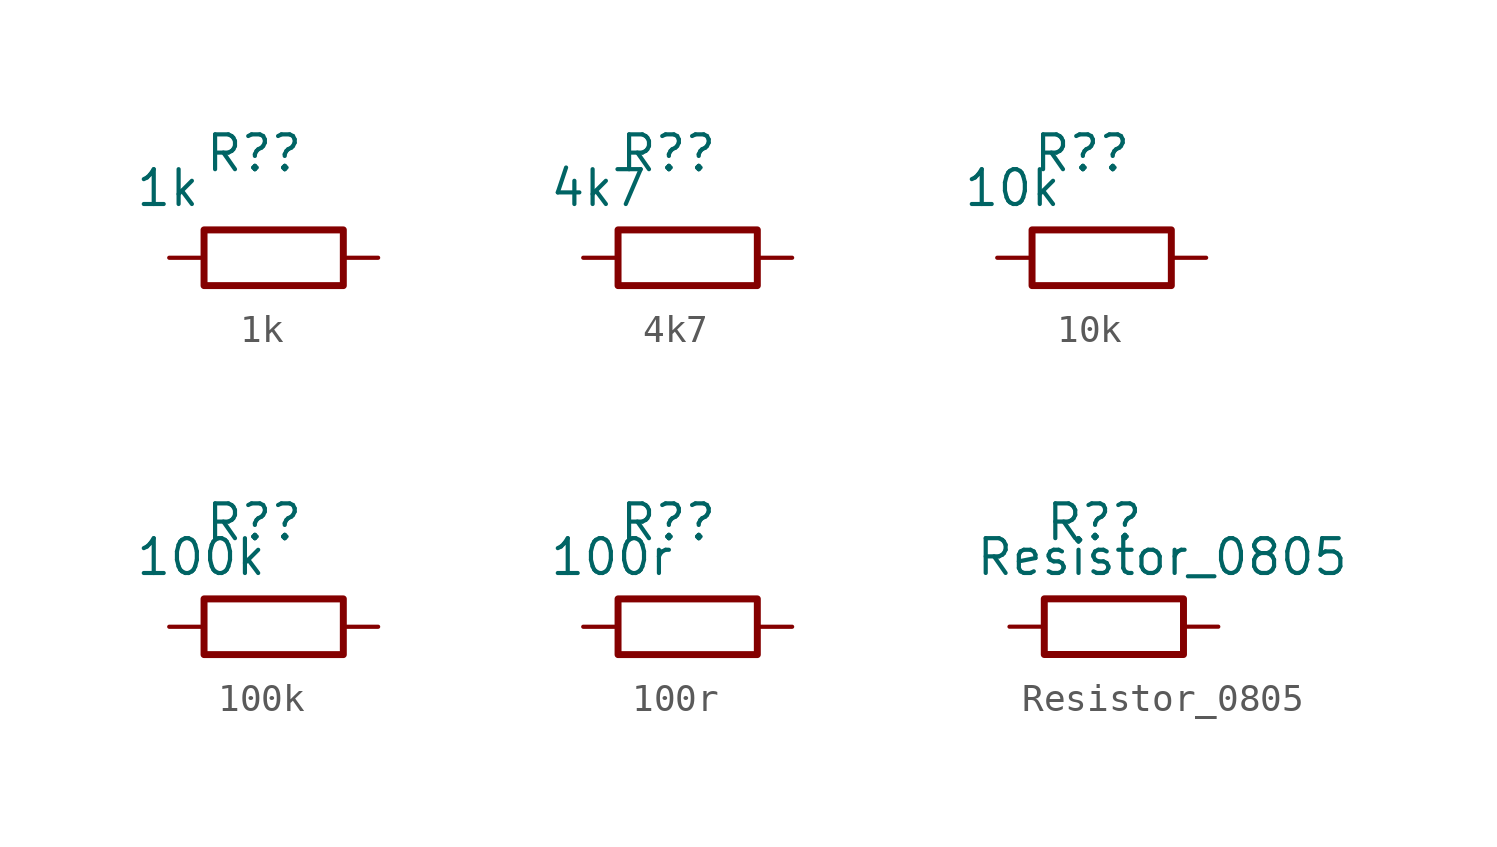
<source format=kicad_sym>
(kicad_symbol_lib
  (version 20220914)
  (generator kicad_symbol_editor)
  (symbol "1k"
    (pin_numbers hide)
    (pin_names
      (offset 0))
    (property "Reference" "R?"
      (at -2.54 3.81 0)
      (effects (font (size 1.27 1.27)) (justify left)))
    (property "Value" "1k"
      (at -5.08 2.54 0)
      (effects (font (size 1.27 1.27)) (justify left)))
    (symbol "1k_0_1"
      (rectangle (start 2.54 -1.016) (end -2.54 1.016) (stroke (width 0.254) (type default)) (fill (type none))))
    (symbol "1k_1_1"
      (pin passive line (at -3.81 0 0) (length 1.27) (name "~" (effects (font (size 1.27 1.27)))) (number "1" (effects (font (size 1.27 1.27)))))
      (pin passive line (at 3.81 0 180) (length 1.27) (name "~" (effects (font (size 1.27 1.27)))) (number "2" (effects (font (size 1.27 1.27)))))))
  (symbol "4k7"
    (pin_numbers hide)
    (pin_names
      (offset 0))
    (property "Reference" "R?"
      (at -2.54 3.81 0)
      (effects (font (size 1.27 1.27)) (justify left)))
    (property "Value" "4k7"
      (at -5.08 2.54 0)
      (effects (font (size 1.27 1.27)) (justify left)))
    (symbol "4k7_0_1"
      (rectangle (start 2.54 -1.016) (end -2.54 1.016) (stroke (width 0.254) (type default)) (fill (type none))))
    (symbol "4k7_1_1"
      (pin passive line (at -3.81 0 0) (length 1.27) (name "~" (effects (font (size 1.27 1.27)))) (number "1" (effects (font (size 1.27 1.27)))))
      (pin passive line (at 3.81 0 180) (length 1.27) (name "~" (effects (font (size 1.27 1.27)))) (number "2" (effects (font (size 1.27 1.27)))))))
  (symbol "10k"
    (pin_numbers hide)
    (pin_names
      (offset 0))
    (property "Reference" "R?"
      (at -2.54 3.81 0)
      (effects (font (size 1.27 1.27)) (justify left)))
    (property "Value" "10k"
      (at -5.08 2.54 0)
      (effects (font (size 1.27 1.27)) (justify left)))
    (symbol "10k_0_1"
      (rectangle (start 2.54 -1.016) (end -2.54 1.016) (stroke (width 0.254) (type default)) (fill (type none))))
    (symbol "10k_1_1"
      (pin passive line (at -3.81 0 0) (length 1.27) (name "~" (effects (font (size 1.27 1.27)))) (number "1" (effects (font (size 1.27 1.27)))))
      (pin passive line (at 3.81 0 180) (length 1.27) (name "~" (effects (font (size 1.27 1.27)))) (number "2" (effects (font (size 1.27 1.27)))))))
  (symbol "100k"
    (pin_numbers hide)
    (pin_names
      (offset 0))
    (property "Reference" "R?"
      (at -2.54 3.81 0)
      (effects (font (size 1.27 1.27)) (justify left)))
    (property "Value" "100k"
      (at -5.08 2.54 0)
      (effects (font (size 1.27 1.27)) (justify left)))
    (symbol "100k_0_1"
      (rectangle (start 2.54 -1.016) (end -2.54 1.016) (stroke (width 0.254) (type default)) (fill (type none))))
    (symbol "100k_1_1"
      (pin passive line (at -3.81 0 0) (length 1.27) (name "~" (effects (font (size 1.27 1.27)))) (number "1" (effects (font (size 1.27 1.27)))))
      (pin passive line (at 3.81 0 180) (length 1.27) (name "~" (effects (font (size 1.27 1.27)))) (number "2" (effects (font (size 1.27 1.27)))))))
  (symbol "100r"
    (pin_numbers hide)
    (pin_names
      (offset 0))
    (property "Reference" "R?"
      (at -2.54 3.81 0)
      (effects (font (size 1.27 1.27)) (justify left)))
    (property "Value" "100r"
      (at -5.08 2.54 0)
      (effects (font (size 1.27 1.27)) (justify left)))
    (symbol "100r_0_1"
      (rectangle (start 2.54 -1.016) (end -2.54 1.016) (stroke (width 0.254) (type default)) (fill (type none))))
    (symbol "100r_1_1"
      (pin passive line (at -3.81 0 0) (length 1.27) (name "~" (effects (font (size 1.27 1.27)))) (number "1" (effects (font (size 1.27 1.27)))))
      (pin passive line (at 3.81 0 180) (length 1.27) (name "~" (effects (font (size 1.27 1.27)))) (number "2" (effects (font (size 1.27 1.27)))))))
  (symbol "Resistor_0805"
    (pin_numbers hide)
    (pin_names
      (offset 0))
    (property "Reference" "R?"
      (at -2.54 3.81 0)
      (effects (font (size 1.27 1.27)) (justify left)))
    (property "Value" "Resistor_0805"
      (at -5.08 2.54 0)
      (effects (font (size 1.27 1.27)) (justify left)))
    (symbol "Resistor_0805_0_1"
      (rectangle (start 2.54 -1.016) (end -2.54 1.016) (stroke (width 0.254) (type default)) (fill (type none))))
    (symbol "Resistor_0805_1_1"
      (pin passive line (at -3.81 0 0) (length 1.27) (name "~" (effects (font (size 1.27 1.27)))) (number "1" (effects (font (size 1.27 1.27)))))
      (pin passive line (at 3.81 0 180) (length 1.27) (name "~" (effects (font (size 1.27 1.27)))) (number "2" (effects (font (size 1.27 1.27))))))))
</source>
